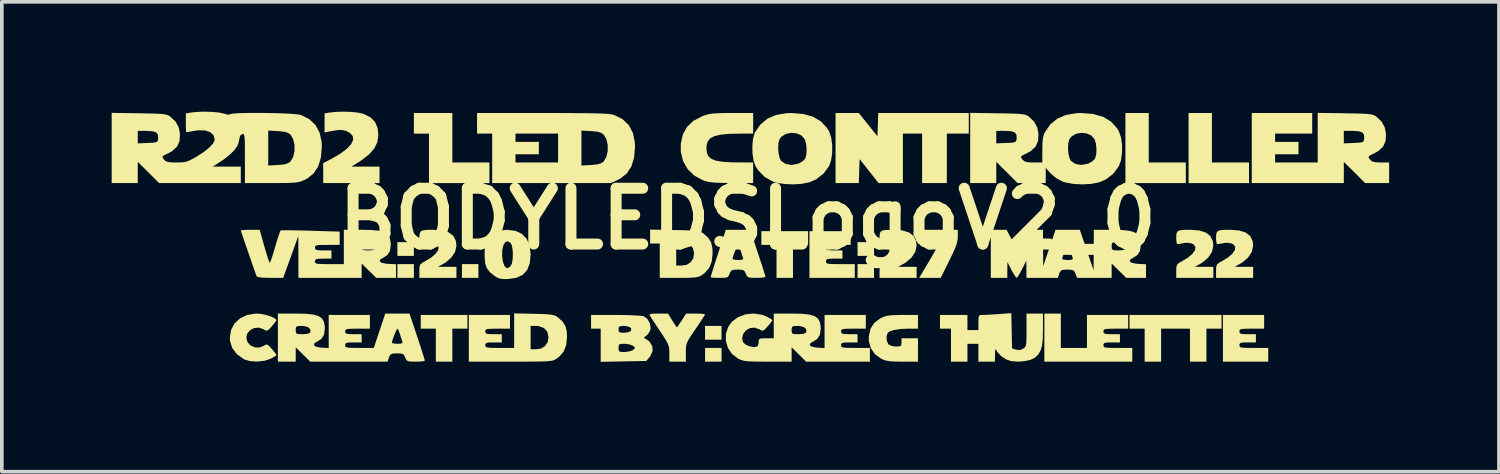
<source format=kicad_pcb>
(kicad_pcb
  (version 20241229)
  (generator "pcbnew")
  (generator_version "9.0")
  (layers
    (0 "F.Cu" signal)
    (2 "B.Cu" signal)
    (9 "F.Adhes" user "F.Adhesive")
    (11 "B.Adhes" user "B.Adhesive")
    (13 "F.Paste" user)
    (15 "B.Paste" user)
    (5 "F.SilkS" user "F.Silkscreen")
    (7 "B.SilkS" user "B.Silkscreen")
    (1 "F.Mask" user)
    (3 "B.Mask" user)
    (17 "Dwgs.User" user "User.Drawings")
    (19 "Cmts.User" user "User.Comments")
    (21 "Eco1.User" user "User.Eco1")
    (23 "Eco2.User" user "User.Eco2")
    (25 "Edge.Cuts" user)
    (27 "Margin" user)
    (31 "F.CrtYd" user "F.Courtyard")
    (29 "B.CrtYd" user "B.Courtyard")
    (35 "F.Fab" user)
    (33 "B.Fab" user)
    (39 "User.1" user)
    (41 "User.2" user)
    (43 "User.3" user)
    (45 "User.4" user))
  (footprint "BODYLEDSLogoV2_0"
    (layer "F.Cu")
    (at 17.371 2.926)
    (property "Reference" "BODYLEDSLogoV2_0" (at 0 0 0) (layer "F.SilkS") (effects (font (size 1.524 1.524) (thickness 0.3))))
    (attr board_only exclude_from_pos_files exclude_from_bom)
    (fp_poly (pts (xy -9.117 1.013) (xy -9.567 1.013) (xy -9.567 0.638) (xy -9.117 0.638)) (stroke (width 0) (type solid)) (fill yes) (layer "F.SilkS"))
    (fp_poly (pts (xy -9.117 1.613) (xy -9.567 1.613) (xy -9.567 1.238) (xy -9.117 1.238)) (stroke (width 0) (type solid)) (fill yes) (layer "F.SilkS"))
    (fp_poly (pts (xy -7.354 1.613) (xy -7.804 1.613) (xy -7.804 1.238) (xy -7.354 1.238)) (stroke (width 0) (type solid)) (fill yes) (layer "F.SilkS"))
    (fp_poly (pts (xy -0.713 3.302) (xy -1.163 3.302) (xy -1.163 2.926) (xy -0.713 2.926)) (stroke (width 0) (type solid)) (fill yes) (layer "F.SilkS"))
    (fp_poly (pts (xy -0.713 3.902) (xy -1.163 3.902) (xy -1.163 3.527) (xy -0.713 3.527)) (stroke (width 0) (type solid)) (fill yes) (layer "F.SilkS"))
    (fp_poly (pts (xy 3.452 1.013) (xy 3.001 1.013) (xy 3.001 0.638) (xy 3.452 0.638)) (stroke (width 0) (type solid)) (fill yes) (layer "F.SilkS"))
    (fp_poly (pts (xy 3.452 1.613) (xy 3.001 1.613) (xy 3.001 1.238) (xy 3.452 1.238)) (stroke (width 0) (type solid)) (fill yes) (layer "F.SilkS"))
    (fp_poly (pts (xy 10.955 -1.538) (xy 11.968 -1.538) (xy 11.968 -0.975) (xy 10.318 -0.975) (xy 10.318 -2.889) (xy 10.955 -2.889)) (stroke (width 0) (type solid)) (fill yes) (layer "F.SilkS"))
    (fp_poly (pts (xy 12.681 -1.538) (xy 13.694 -1.538) (xy 13.694 -0.975) (xy 12.043 -0.975) (xy 12.043 -2.889) (xy 12.681 -2.889)) (stroke (width 0) (type solid)) (fill yes) (layer "F.SilkS"))
    (fp_poly (pts (xy -8.066 -1.538) (xy -7.053 -1.538) (xy -7.053 -0.975) (xy -8.704 -0.975) (xy -8.704 -2.326) (xy -9.117 -2.326) (xy -9.117 -2.889) (xy -8.066 -2.889)) (stroke (width 0) (type solid)) (fill yes) (layer "F.SilkS"))
    (fp_poly (pts (xy -7.654 3.001) (xy -8.066 3.001) (xy -8.066 3.902) (xy -8.517 3.902) (xy -8.517 3.001) (xy -8.929 3.001) (xy -8.929 2.626) (xy -7.654 2.626)) (stroke (width 0) (type solid)) (fill yes) (layer "F.SilkS"))
    (fp_poly (pts (xy 1.651 0.713) (xy 1.238 0.713) (xy 1.238 1.613) (xy 0.788 1.613) (xy 0.788 0.713) (xy 0.375 0.713) (xy 0.375 0.338) (xy 1.651 0.338)) (stroke (width 0) (type solid)) (fill yes) (layer "F.SilkS"))
    (fp_poly (pts (xy 12.944 3.001) (xy 12.531 3.001) (xy 12.531 3.902) (xy 12.081 3.902) (xy 12.081 3.001) (xy 11.293 3.001) (xy 11.293 3.902) (xy 10.843 3.902) (xy 10.843 3.001) (xy 10.43 3.001) (xy 10.43 2.626) (xy 12.944 2.626)) (stroke (width 0) (type solid)) (fill yes) (layer "F.SilkS"))
    (fp_poly (pts (xy 3.291 -2.571) (xy 3.545 -2.254) (xy 3.556 -2.571) (xy 3.567 -2.889) (xy 6.04 -2.889) (xy 6.04 -2.326) (xy 5.44 -2.326) (xy 5.44 -0.975) (xy 4.765 -0.975) (xy 4.765 -2.326) (xy 4.24 -2.326) (xy 4.24 -0.975) (xy 3.576 -0.975) (xy 3.058 -1.63) (xy 3.047 -1.303) (xy 3.036 -0.975) (xy 2.401 -0.975) (xy 2.401 -2.889) (xy 3.037 -2.889)) (stroke (width 0) (type solid)) (fill yes) (layer "F.SilkS"))
    (fp_poly (pts (xy 5.74 0.487) (xy 5.734 0.578) (xy 5.713 0.674) (xy 5.672 0.791) (xy 5.604 0.943) (xy 5.507 1.144) (xy 5.273 1.613) (xy 4.684 1.613) (xy 4.758 1.491) (xy 4.853 1.333) (xy 4.951 1.168) (xy 5.043 1.009) (xy 5.123 0.871) (xy 5.182 0.764) (xy 5.212 0.705) (xy 5.215 0.697) (xy 5.181 0.686) (xy 5.089 0.679) (xy 4.96 0.675) (xy 4.934 0.675) (xy 4.652 0.675) (xy 4.652 0.3) (xy 5.74 0.3)) (stroke (width 0) (type solid)) (fill yes) (layer "F.SilkS"))
    (fp_poly (pts (xy 2.814 0.713) (xy 2.476 0.713) (xy 2.316 0.714) (xy 2.216 0.72) (xy 2.163 0.734) (xy 2.142 0.758) (xy 2.139 0.788) (xy 2.147 0.83) (xy 2.183 0.852) (xy 2.264 0.862) (xy 2.364 0.863) (xy 2.589 0.863) (xy 2.589 1.088) (xy 2.364 1.088) (xy 2.238 1.091) (xy 2.17 1.103) (xy 2.143 1.13) (xy 2.139 1.163) (xy 2.143 1.197) (xy 2.167 1.218) (xy 2.223 1.231) (xy 2.324 1.236) (xy 2.483 1.238) (xy 2.532 1.238) (xy 2.926 1.238) (xy 2.926 1.613) (xy 1.688 1.613) (xy 1.688 0.338) (xy 2.814 0.338)) (stroke (width 0) (type solid)) (fill yes) (layer "F.SilkS"))
    (fp_poly (pts (xy 14.107 3.001) (xy 13.769 3.001) (xy 13.609 3.003) (xy 13.509 3.009) (xy 13.456 3.022) (xy 13.435 3.047) (xy 13.432 3.077) (xy 13.44 3.118) (xy 13.476 3.141) (xy 13.557 3.15) (xy 13.657 3.152) (xy 13.882 3.152) (xy 13.882 3.377) (xy 13.657 3.377) (xy 13.531 3.379) (xy 13.463 3.391) (xy 13.436 3.418) (xy 13.432 3.452) (xy 13.437 3.485) (xy 13.46 3.507) (xy 13.516 3.519) (xy 13.617 3.525) (xy 13.776 3.527) (xy 13.826 3.527) (xy 14.219 3.527) (xy 14.219 3.902) (xy 12.981 3.902) (xy 12.981 2.626) (xy 14.107 2.626)) (stroke (width 0) (type solid)) (fill yes) (layer "F.SilkS"))
    (fp_poly (pts (xy 8.554 3.527) (xy 9.267 3.527) (xy 9.267 2.626) (xy 10.393 2.626) (xy 10.393 3.001) (xy 10.055 3.001) (xy 9.895 3.003) (xy 9.795 3.009) (xy 9.742 3.022) (xy 9.721 3.047) (xy 9.717 3.077) (xy 9.725 3.118) (xy 9.762 3.141) (xy 9.843 3.15) (xy 9.942 3.152) (xy 10.168 3.152) (xy 10.168 3.377) (xy 9.942 3.377) (xy 9.817 3.379) (xy 9.749 3.391) (xy 9.721 3.418) (xy 9.717 3.452) (xy 9.722 3.485) (xy 9.746 3.507) (xy 9.802 3.519) (xy 9.902 3.525) (xy 10.062 3.527) (xy 10.111 3.527) (xy 10.505 3.527) (xy 10.505 3.902) (xy 8.104 3.902) (xy 8.104 2.589) (xy 8.554 2.589)) (stroke (width 0) (type solid)) (fill yes) (layer "F.SilkS"))
    (fp_poly (pts (xy -10.827 -2.919) (xy -10.643 -2.9) (xy -10.508 -2.871) (xy -10.502 -2.869) (xy -10.307 -2.774) (xy -10.177 -2.646) (xy -10.106 -2.475) (xy -10.087 -2.282) (xy -10.113 -2.097) (xy -10.192 -1.929) (xy -10.33 -1.768) (xy -10.534 -1.607) (xy -10.634 -1.542) (xy -10.82 -1.426) (xy -10.055 -1.426) (xy -10.055 -0.975) (xy -11.593 -0.975) (xy -11.593 -1.247) (xy -11.593 -1.519) (xy -11.384 -1.629) (xy -11.136 -1.772) (xy -10.951 -1.91) (xy -10.83 -2.04) (xy -10.774 -2.158) (xy -10.787 -2.262) (xy -10.868 -2.348) (xy -10.944 -2.388) (xy -11.023 -2.415) (xy -11.104 -2.427) (xy -11.207 -2.421) (xy -11.351 -2.398) (xy -11.453 -2.378) (xy -11.556 -2.358) (xy -11.556 -2.879) (xy -11.415 -2.902) (xy -11.238 -2.921) (xy -11.034 -2.926)) (stroke (width 0) (type solid)) (fill yes) (layer "F.SilkS"))
    (fp_poly (pts (xy -8.341 0.318) (xy -8.158 0.375) (xy -8.034 0.471) (xy -7.968 0.609) (xy -7.954 0.739) (xy -7.99 0.902) (xy -8.091 1.057) (xy -8.247 1.192) (xy -8.325 1.238) (xy -8.46 1.31) (xy -8.207 1.311) (xy -7.954 1.313) (xy -7.954 1.613) (xy -8.967 1.613) (xy -8.967 1.426) (xy -8.963 1.313) (xy -8.941 1.247) (xy -8.885 1.2) (xy -8.822 1.166) (xy -8.646 1.06) (xy -8.522 0.954) (xy -8.453 0.853) (xy -8.444 0.764) (xy -8.498 0.695) (xy -8.544 0.672) (xy -8.695 0.653) (xy -8.786 0.669) (xy -8.881 0.686) (xy -8.94 0.687) (xy -8.946 0.683) (xy -8.959 0.636) (xy -8.966 0.543) (xy -8.967 0.504) (xy -8.962 0.412) (xy -8.938 0.352) (xy -8.881 0.319) (xy -8.778 0.304) (xy -8.615 0.3) (xy -8.587 0.3)) (stroke (width 0) (type solid)) (fill yes) (layer "F.SilkS"))
    (fp_poly (pts (xy 4.228 0.318) (xy 4.411 0.375) (xy 4.534 0.471) (xy 4.601 0.609) (xy 4.615 0.739) (xy 4.579 0.902) (xy 4.478 1.057) (xy 4.322 1.192) (xy 4.243 1.238) (xy 4.108 1.31) (xy 4.362 1.311) (xy 4.615 1.313) (xy 4.615 1.613) (xy 3.602 1.613) (xy 3.602 1.426) (xy 3.606 1.313) (xy 3.628 1.247) (xy 3.683 1.2) (xy 3.747 1.166) (xy 3.923 1.06) (xy 4.047 0.954) (xy 4.116 0.853) (xy 4.125 0.764) (xy 4.07 0.695) (xy 4.025 0.672) (xy 3.874 0.653) (xy 3.783 0.669) (xy 3.688 0.686) (xy 3.628 0.687) (xy 3.622 0.683) (xy 3.61 0.636) (xy 3.602 0.543) (xy 3.602 0.504) (xy 3.607 0.412) (xy 3.631 0.352) (xy 3.688 0.319) (xy 3.791 0.304) (xy 3.954 0.3) (xy 3.981 0.3)) (stroke (width 0) (type solid)) (fill yes) (layer "F.SilkS"))
    (fp_poly (pts (xy 12.332 0.318) (xy 12.515 0.375) (xy 12.638 0.471) (xy 12.705 0.609) (xy 12.719 0.739) (xy 12.683 0.902) (xy 12.582 1.057) (xy 12.426 1.192) (xy 12.347 1.238) (xy 12.212 1.31) (xy 12.466 1.311) (xy 12.719 1.313) (xy 12.719 1.613) (xy 11.706 1.613) (xy 11.706 1.426) (xy 11.71 1.313) (xy 11.732 1.247) (xy 11.787 1.2) (xy 11.851 1.166) (xy 12.027 1.06) (xy 12.151 0.954) (xy 12.22 0.853) (xy 12.229 0.764) (xy 12.174 0.695) (xy 12.129 0.672) (xy 11.978 0.653) (xy 11.886 0.669) (xy 11.792 0.686) (xy 11.732 0.687) (xy 11.726 0.683) (xy 11.714 0.636) (xy 11.706 0.543) (xy 11.706 0.504) (xy 11.711 0.412) (xy 11.735 0.352) (xy 11.792 0.319) (xy 11.895 0.304) (xy 12.058 0.3) (xy 12.085 0.3)) (stroke (width 0) (type solid)) (fill yes) (layer "F.SilkS"))
    (fp_poly (pts (xy 13.42 0.318) (xy 13.603 0.375) (xy 13.726 0.471) (xy 13.793 0.609) (xy 13.807 0.739) (xy 13.771 0.902) (xy 13.67 1.057) (xy 13.514 1.192) (xy 13.435 1.238) (xy 13.3 1.31) (xy 13.554 1.311) (xy 13.807 1.313) (xy 13.807 1.613) (xy 12.794 1.613) (xy 12.794 1.426) (xy 12.798 1.313) (xy 12.82 1.247) (xy 12.875 1.2) (xy 12.939 1.166) (xy 13.115 1.06) (xy 13.239 0.954) (xy 13.308 0.853) (xy 13.317 0.764) (xy 13.262 0.695) (xy 13.217 0.672) (xy 13.066 0.653) (xy 12.975 0.669) (xy 12.88 0.686) (xy 12.82 0.687) (xy 12.814 0.683) (xy 12.802 0.636) (xy 12.794 0.543) (xy 12.794 0.504) (xy 12.799 0.412) (xy 12.823 0.352) (xy 12.88 0.319) (xy 12.983 0.304) (xy 13.146 0.3) (xy 13.173 0.3)) (stroke (width 0) (type solid)) (fill yes) (layer "F.SilkS"))
    (fp_poly (pts (xy 4.652 3.001) (xy 4.38 3.001) (xy 4.158 3.011) (xy 3.983 3.04) (xy 3.864 3.084) (xy 3.821 3.123) (xy 3.792 3.223) (xy 3.802 3.339) (xy 3.847 3.429) (xy 3.848 3.43) (xy 3.927 3.471) (xy 4.041 3.489) (xy 4.055 3.489) (xy 4.15 3.485) (xy 4.192 3.46) (xy 4.202 3.398) (xy 4.202 3.377) (xy 4.202 3.264) (xy 4.652 3.264) (xy 4.652 3.902) (xy 4.23 3.902) (xy 4.032 3.9) (xy 3.889 3.891) (xy 3.784 3.874) (xy 3.697 3.845) (xy 3.648 3.822) (xy 3.476 3.699) (xy 3.361 3.53) (xy 3.309 3.329) (xy 3.309 3.212) (xy 3.355 3.003) (xy 3.458 2.842) (xy 3.621 2.72) (xy 3.651 2.705) (xy 3.739 2.668) (xy 3.835 2.645) (xy 3.959 2.632) (xy 4.129 2.627) (xy 4.233 2.626) (xy 4.652 2.626)) (stroke (width 0) (type solid)) (fill yes) (layer "F.SilkS"))
    (fp_poly (pts (xy -1.991 0.307) (xy -1.748 0.312) (xy -1.567 0.318) (xy -1.438 0.326) (xy -1.348 0.339) (xy -1.286 0.356) (xy -1.239 0.38) (xy -1.215 0.396) (xy -1.079 0.516) (xy -0.999 0.642) (xy -0.963 0.798) (xy -0.957 0.931) (xy -0.979 1.16) (xy -1.049 1.339) (xy -1.172 1.481) (xy -1.236 1.529) (xy -1.293 1.563) (xy -1.353 1.586) (xy -1.431 1.601) (xy -1.543 1.609) (xy -1.703 1.613) (xy -1.881 1.613) (xy -2.401 1.613) (xy -2.401 1.276) (xy -1.951 1.276) (xy -1.799 1.276) (xy -1.663 1.256) (xy -1.559 1.187) (xy -1.555 1.184) (xy -1.484 1.077) (xy -1.463 0.942) (xy -1.495 0.798) (xy -1.584 0.696) (xy -1.726 0.644) (xy -1.806 0.638) (xy -1.951 0.638) (xy -1.951 1.276) (xy -2.401 1.276) (xy -2.401 0.675) (xy -2.664 0.675) (xy -2.664 0.295)) (stroke (width 0) (type solid)) (fill yes) (layer "F.SilkS"))
    (fp_poly (pts (xy 0.15 -2.326) (xy -0.22 -2.326) (xy -0.514 -2.32) (xy -0.74 -2.298) (xy -0.907 -2.259) (xy -1.022 -2.198) (xy -1.091 -2.113) (xy -1.122 -2) (xy -1.126 -1.932) (xy -1.114 -1.805) (xy -1.072 -1.708) (xy -0.993 -1.637) (xy -0.869 -1.588) (xy -0.692 -1.558) (xy -0.454 -1.543) (xy -0.253 -1.54) (xy 0.15 -1.538) (xy 0.15 -0.975) (xy -0.441 -0.977) (xy -0.678 -0.98) (xy -0.855 -0.985) (xy -0.988 -0.996) (xy -1.092 -1.013) (xy -1.183 -1.038) (xy -1.233 -1.057) (xy -1.461 -1.182) (xy -1.64 -1.359) (xy -1.764 -1.576) (xy -1.826 -1.825) (xy -1.827 -2.047) (xy -1.771 -2.302) (xy -1.656 -2.51) (xy -1.481 -2.676) (xy -1.244 -2.801) (xy -1.219 -2.811) (xy -1.125 -2.842) (xy -1.029 -2.864) (xy -0.913 -2.878) (xy -0.762 -2.885) (xy -0.56 -2.889) (xy -0.43 -2.889) (xy 0.15 -2.889)) (stroke (width 0) (type solid)) (fill yes) (layer "F.SilkS"))
    (fp_poly (pts (xy -2.06 2.776) (xy -1.997 2.877) (xy -1.95 2.945) (xy -1.933 2.964) (xy -1.908 2.935) (xy -1.856 2.86) (xy -1.801 2.776) (xy -1.681 2.589) (xy -1.422 2.589) (xy -1.293 2.592) (xy -1.201 2.599) (xy -1.163 2.61) (xy -1.163 2.611) (xy -1.183 2.648) (xy -1.238 2.735) (xy -1.319 2.858) (xy -1.419 3.005) (xy -1.426 3.015) (xy -1.535 3.176) (xy -1.609 3.291) (xy -1.654 3.379) (xy -1.678 3.456) (xy -1.687 3.538) (xy -1.688 3.644) (xy -1.688 3.65) (xy -1.688 3.902) (xy -2.139 3.902) (xy -2.139 3.676) (xy -2.141 3.577) (xy -2.152 3.497) (xy -2.179 3.418) (xy -2.228 3.323) (xy -2.308 3.196) (xy -2.394 3.066) (xy -2.496 2.914) (xy -2.583 2.782) (xy -2.646 2.685) (xy -2.678 2.636) (xy -2.678 2.636) (xy -2.675 2.61) (xy -2.621 2.595) (xy -2.508 2.589) (xy -2.441 2.589) (xy -2.175 2.589)) (stroke (width 0) (type solid)) (fill yes) (layer "F.SilkS"))
    (fp_poly (pts (xy -6.344 0.329) (xy -6.162 0.414) (xy -6.031 0.555) (xy -5.952 0.747) (xy -5.928 0.973) (xy -5.951 1.215) (xy -6.022 1.4) (xy -6.144 1.532) (xy -6.32 1.612) (xy -6.527 1.644) (xy -6.673 1.647) (xy -6.773 1.634) (xy -6.855 1.598) (xy -6.9 1.57) (xy -7.036 1.463) (xy -7.122 1.353) (xy -7.168 1.219) (xy -7.184 1.04) (xy -7.184 1.014) (xy -6.706 1.014) (xy -6.706 1.019) (xy -6.683 1.18) (xy -6.64 1.293) (xy -6.582 1.348) (xy -6.564 1.351) (xy -6.516 1.327) (xy -6.475 1.292) (xy -6.438 1.214) (xy -6.417 1.09) (xy -6.413 0.945) (xy -6.425 0.805) (xy -6.452 0.697) (xy -6.476 0.658) (xy -6.553 0.614) (xy -6.619 0.637) (xy -6.671 0.717) (xy -6.702 0.846) (xy -6.706 1.014) (xy -7.184 1.014) (xy -7.185 0.975) (xy -7.181 0.812) (xy -7.166 0.701) (xy -7.136 0.621) (xy -7.106 0.575) (xy -6.952 0.416) (xy -6.772 0.326) (xy -6.575 0.3)) (stroke (width 0) (type solid)) (fill yes) (layer "F.SilkS"))
    (fp_poly (pts (xy -13.281 2.6) (xy -13.145 2.629) (xy -13.018 2.67) (xy -12.921 2.716) (xy -12.872 2.76) (xy -12.87 2.77) (xy -12.894 2.81) (xy -12.953 2.886) (xy -12.999 2.939) (xy -13.075 3.022) (xy -13.125 3.056) (xy -13.17 3.05) (xy -13.223 3.018) (xy -13.35 2.972) (xy -13.48 2.984) (xy -13.594 3.043) (xy -13.671 3.141) (xy -13.694 3.245) (xy -13.662 3.368) (xy -13.576 3.461) (xy -13.459 3.513) (xy -13.328 3.515) (xy -13.223 3.472) (xy -13.163 3.438) (xy -13.119 3.437) (xy -13.067 3.477) (xy -12.999 3.552) (xy -12.926 3.639) (xy -12.879 3.702) (xy -12.87 3.72) (xy -12.9 3.75) (xy -12.978 3.796) (xy -13.031 3.824) (xy -13.197 3.878) (xy -13.39 3.9) (xy -13.579 3.89) (xy -13.735 3.847) (xy -13.751 3.84) (xy -13.946 3.702) (xy -14.077 3.532) (xy -14.139 3.334) (xy -14.144 3.249) (xy -14.11 3.037) (xy -14.014 2.857) (xy -13.864 2.718) (xy -13.668 2.626) (xy -13.435 2.589) (xy -13.407 2.589)) (stroke (width 0) (type solid)) (fill yes) (layer "F.SilkS"))
    (fp_poly (pts (xy 7.212 3.059) (xy 7.222 3.539) (xy 7.327 3.574) (xy 7.435 3.587) (xy 7.524 3.548) (xy 7.563 3.519) (xy 7.589 3.484) (xy 7.605 3.428) (xy 7.613 3.337) (xy 7.616 3.197) (xy 7.616 3.038) (xy 7.616 2.589) (xy 8.066 2.589) (xy 8.066 3.03) (xy 8.061 3.274) (xy 8.041 3.458) (xy 8.003 3.595) (xy 7.943 3.7) (xy 7.857 3.785) (xy 7.834 3.802) (xy 7.72 3.854) (xy 7.559 3.889) (xy 7.379 3.902) (xy 7.207 3.889) (xy 7.188 3.886) (xy 7.055 3.837) (xy 6.924 3.749) (xy 6.823 3.644) (xy 6.79 3.586) (xy 6.771 3.559) (xy 6.76 3.596) (xy 6.756 3.702) (xy 6.756 3.705) (xy 6.753 3.902) (xy 6.303 3.902) (xy 6.303 3.414) (xy 6.003 3.414) (xy 6.003 3.902) (xy 5.553 3.902) (xy 5.553 3.001) (xy 5.253 3.001) (xy 5.253 2.626) (xy 6.003 2.626) (xy 6.003 3.039) (xy 6.303 3.039) (xy 6.303 2.833) (xy 6.305 2.715) (xy 6.318 2.653) (xy 6.35 2.63) (xy 6.41 2.626) (xy 6.495 2.624) (xy 6.631 2.617) (xy 6.794 2.607) (xy 6.859 2.602) (xy 7.201 2.578)) (stroke (width 0) (type solid)) (fill yes) (layer "F.SilkS"))
    (fp_poly (pts (xy 1.518 -2.863) (xy 1.787 -2.787) (xy 2.004 -2.658) (xy 2.171 -2.476) (xy 2.224 -2.388) (xy 2.281 -2.224) (xy 2.309 -2.018) (xy 2.309 -1.799) (xy 2.279 -1.595) (xy 2.225 -1.441) (xy 2.074 -1.235) (xy 1.874 -1.079) (xy 1.682 -0.996) (xy 1.477 -0.955) (xy 1.242 -0.94) (xy 1.005 -0.95) (xy 0.795 -0.983) (xy 0.698 -1.013) (xy 0.47 -1.139) (xy 0.292 -1.319) (xy 0.213 -1.444) (xy 0.161 -1.591) (xy 0.133 -1.781) (xy 0.13 -1.921) (xy 0.833 -1.921) (xy 0.847 -1.77) (xy 0.88 -1.642) (xy 0.916 -1.579) (xy 1.038 -1.497) (xy 1.196 -1.471) (xy 1.37 -1.503) (xy 1.405 -1.516) (xy 1.502 -1.572) (xy 1.569 -1.639) (xy 1.573 -1.645) (xy 1.604 -1.758) (xy 1.611 -1.907) (xy 1.595 -2.058) (xy 1.557 -2.176) (xy 1.467 -2.277) (xy 1.337 -2.334) (xy 1.189 -2.348) (xy 1.045 -2.318) (xy 0.925 -2.245) (xy 0.871 -2.175) (xy 0.84 -2.065) (xy 0.833 -1.921) (xy 0.13 -1.921) (xy 0.128 -1.986) (xy 0.146 -2.181) (xy 0.189 -2.337) (xy 0.201 -2.364) (xy 0.352 -2.579) (xy 0.544 -2.737) (xy 0.783 -2.838) (xy 1.071 -2.885) (xy 1.195 -2.889)) (stroke (width 0) (type solid)) (fill yes) (layer "F.SilkS"))
    (fp_poly (pts (xy -5.164 -2.889) (xy -4.803 -2.887) (xy -4.503 -2.885) (xy -4.26 -2.882) (xy -4.067 -2.877) (xy -3.917 -2.871) (xy -3.804 -2.863) (xy -3.722 -2.853) (xy -3.664 -2.841) (xy -3.645 -2.835) (xy -3.417 -2.721) (xy -3.248 -2.559) (xy -3.136 -2.351) (xy -3.082 -2.094) (xy -3.077 -1.967) (xy -3.101 -1.67) (xy -3.176 -1.427) (xy -3.303 -1.236) (xy -3.482 -1.096) (xy -3.542 -1.065) (xy -3.733 -0.976) (xy -5.356 -0.976) (xy -6.978 -0.975) (xy -6.978 -1.538) (xy -6.341 -1.538) (xy -5.178 -1.538) (xy -5.178 -2.326) (xy -6.341 -2.326) (xy -6.341 -2.101) (xy -5.703 -2.101) (xy -5.703 -1.763) (xy -6.341 -1.763) (xy -6.341 -1.538) (xy -6.978 -1.538) (xy -6.978 -2.326) (xy -7.391 -2.326) (xy -7.391 -2.41) (xy -4.54 -2.41) (xy -4.54 -1.455) (xy -4.277 -1.47) (xy -4.12 -1.484) (xy -4.017 -1.51) (xy -3.947 -1.552) (xy -3.935 -1.564) (xy -3.861 -1.684) (xy -3.823 -1.844) (xy -3.823 -2.017) (xy -3.859 -2.178) (xy -3.933 -2.299) (xy -3.934 -2.3) (xy -3.999 -2.347) (xy -4.091 -2.376) (xy -4.233 -2.392) (xy -4.277 -2.395) (xy -4.54 -2.41) (xy -7.391 -2.41) (xy -7.391 -2.889) (xy -5.595 -2.889)) (stroke (width 0) (type solid)) (fill yes) (layer "F.SilkS"))
    (fp_poly (pts (xy 0.278 0.929) (xy 0.346 1.134) (xy 0.405 1.314) (xy 0.45 1.457) (xy 0.479 1.552) (xy 0.488 1.585) (xy 0.453 1.599) (xy 0.364 1.61) (xy 0.241 1.613) (xy 0.108 1.611) (xy 0.03 1.601) (xy -0.013 1.574) (xy -0.041 1.523) (xy -0.049 1.501) (xy -0.082 1.433) (xy -0.128 1.399) (xy -0.214 1.389) (xy -0.273 1.388) (xy -0.384 1.392) (xy -0.445 1.413) (xy -0.479 1.463) (xy -0.493 1.501) (xy -0.519 1.562) (xy -0.554 1.595) (xy -0.619 1.61) (xy -0.735 1.613) (xy -0.773 1.613) (xy -0.896 1.611) (xy -0.983 1.605) (xy -1.013 1.596) (xy -1.002 1.557) (xy -0.971 1.458) (xy -0.925 1.311) (xy -0.866 1.127) (xy -0.856 1.097) (xy -0.413 1.097) (xy -0.379 1.115) (xy -0.296 1.125) (xy -0.259 1.126) (xy -0.159 1.119) (xy -0.122 1.097) (xy -0.125 1.073) (xy -0.148 1.006) (xy -0.18 0.901) (xy -0.191 0.867) (xy -0.224 0.773) (xy -0.253 0.718) (xy -0.261 0.713) (xy -0.284 0.744) (xy -0.321 0.823) (xy -0.361 0.922) (xy -0.395 1.019) (xy -0.412 1.088) (xy -0.413 1.097) (xy -0.856 1.097) (xy -0.805 0.94) (xy -0.597 0.3) (xy 0.069 0.3)) (stroke (width 0) (type solid)) (fill yes) (layer "F.SilkS"))
    (fp_poly (pts (xy 16.318 -2.882) (xy 16.575 -2.877) (xy 16.769 -2.872) (xy 16.91 -2.865) (xy 17.009 -2.854) (xy 17.078 -2.84) (xy 17.127 -2.82) (xy 17.168 -2.794) (xy 17.169 -2.793) (xy 17.318 -2.652) (xy 17.404 -2.491) (xy 17.436 -2.318) (xy 17.424 -2.122) (xy 17.354 -1.968) (xy 17.219 -1.846) (xy 17.113 -1.788) (xy 17.009 -1.737) (xy 16.962 -1.703) (xy 16.962 -1.669) (xy 16.997 -1.621) (xy 17.049 -1.573) (xy 17.121 -1.548) (xy 17.236 -1.539) (xy 17.293 -1.538) (xy 17.521 -1.538) (xy 17.521 -0.975) (xy 16.866 -0.975) (xy 16.575 -1.265) (xy 16.283 -1.555) (xy 16.283 -0.975) (xy 13.769 -0.975) (xy 13.769 -2.889) (xy 15.42 -2.889) (xy 15.42 -2.326) (xy 14.407 -2.326) (xy 14.407 -2.101) (xy 15.045 -2.101) (xy 15.045 -1.763) (xy 14.407 -1.763) (xy 14.407 -1.538) (xy 15.57 -1.538) (xy 15.57 -2.06) (xy 16.283 -2.06) (xy 16.555 -2.071) (xy 16.695 -2.078) (xy 16.777 -2.09) (xy 16.818 -2.112) (xy 16.834 -2.153) (xy 16.839 -2.188) (xy 16.836 -2.291) (xy 16.791 -2.356) (xy 16.695 -2.39) (xy 16.536 -2.401) (xy 16.522 -2.401) (xy 16.283 -2.401) (xy 16.283 -2.06) (xy 15.57 -2.06) (xy 15.57 -2.893)) (stroke (width 0) (type solid)) (fill yes) (layer "F.SilkS"))
    (fp_poly (pts (xy -3.38 2.628) (xy -3.176 2.634) (xy -3.007 2.643) (xy -2.886 2.653) (xy -2.833 2.664) (xy -2.739 2.735) (xy -2.673 2.849) (xy -2.649 2.976) (xy -2.662 3.052) (xy -2.72 3.145) (xy -2.782 3.204) (xy -2.829 3.246) (xy -2.821 3.264) (xy -2.821 3.264) (xy -2.764 3.289) (xy -2.688 3.349) (xy -2.681 3.356) (xy -2.604 3.48) (xy -2.597 3.617) (xy -2.66 3.753) (xy -2.679 3.778) (xy -2.77 3.883) (xy -3.392 3.895) (xy -4.014 3.907) (xy -4.014 3.527) (xy -3.527 3.527) (xy -3.521 3.597) (xy -3.492 3.63) (xy -3.417 3.639) (xy -3.365 3.639) (xy -3.246 3.626) (xy -3.149 3.595) (xy -3.131 3.583) (xy -3.08 3.538) (xy -3.089 3.504) (xy -3.131 3.47) (xy -3.214 3.435) (xy -3.33 3.415) (xy -3.365 3.414) (xy -3.466 3.418) (xy -3.513 3.438) (xy -3.526 3.491) (xy -3.527 3.527) (xy -4.014 3.527) (xy -4.014 3.02) (xy -3.527 3.02) (xy -3.518 3.081) (xy -3.478 3.108) (xy -3.386 3.114) (xy -3.381 3.114) (xy -3.277 3.102) (xy -3.203 3.072) (xy -3.195 3.064) (xy -3.176 3.003) (xy -3.222 2.956) (xy -3.323 2.93) (xy -3.384 2.926) (xy -3.478 2.932) (xy -3.518 2.959) (xy -3.527 3.02) (xy -4.014 3.02) (xy -4.014 3.001) (xy -4.277 3.001) (xy -4.277 2.626) (xy -3.604 2.626)) (stroke (width 0) (type solid)) (fill yes) (layer "F.SilkS"))
    (fp_poly (pts (xy -5.837 2.595) (xy -5.619 2.601) (xy -5.463 2.609) (xy -5.354 2.621) (xy -5.279 2.638) (xy -5.224 2.663) (xy -5.192 2.685) (xy -5.056 2.805) (xy -4.976 2.931) (xy -4.94 3.087) (xy -4.934 3.22) (xy -4.956 3.449) (xy -5.026 3.628) (xy -5.149 3.77) (xy -5.213 3.817) (xy -5.251 3.841) (xy -5.29 3.86) (xy -5.34 3.875) (xy -5.409 3.885) (xy -5.506 3.893) (xy -5.64 3.898) (xy -5.82 3.9) (xy -6.053 3.902) (xy -6.35 3.902) (xy -6.477 3.902) (xy -7.616 3.902) (xy -7.616 3.564) (xy -5.928 3.564) (xy -5.776 3.564) (xy -5.64 3.544) (xy -5.536 3.476) (xy -5.532 3.472) (xy -5.461 3.366) (xy -5.44 3.231) (xy -5.472 3.086) (xy -5.561 2.985) (xy -5.703 2.932) (xy -5.783 2.926) (xy -5.928 2.926) (xy -5.928 3.564) (xy -7.616 3.564) (xy -7.616 2.626) (xy -6.491 2.626) (xy -6.491 3.001) (xy -6.828 3.001) (xy -6.989 3.003) (xy -7.088 3.009) (xy -7.142 3.022) (xy -7.163 3.047) (xy -7.166 3.077) (xy -7.158 3.118) (xy -7.122 3.141) (xy -7.041 3.15) (xy -6.941 3.152) (xy -6.716 3.152) (xy -6.716 3.377) (xy -6.941 3.377) (xy -7.067 3.379) (xy -7.135 3.391) (xy -7.162 3.418) (xy -7.166 3.452) (xy -7.161 3.485) (xy -7.137 3.507) (xy -7.082 3.519) (xy -6.981 3.525) (xy -6.821 3.527) (xy -6.772 3.527) (xy -6.378 3.527) (xy -6.378 2.583)) (stroke (width 0) (type solid)) (fill yes) (layer "F.SilkS"))
    (fp_poly (pts (xy 6.826 -2.882) (xy 7.083 -2.877) (xy 7.277 -2.872) (xy 7.418 -2.865) (xy 7.517 -2.854) (xy 7.586 -2.84) (xy 7.635 -2.82) (xy 7.676 -2.794) (xy 7.677 -2.793) (xy 7.826 -2.652) (xy 7.912 -2.491) (xy 7.943 -2.318) (xy 7.932 -2.122) (xy 7.862 -1.968) (xy 7.727 -1.846) (xy 7.62 -1.788) (xy 7.517 -1.737) (xy 7.47 -1.703) (xy 7.47 -1.669) (xy 7.505 -1.621) (xy 7.556 -1.574) (xy 7.625 -1.549) (xy 7.735 -1.539) (xy 7.81 -1.538) (xy 8.048 -1.538) (xy 8.048 -1.885) (xy 8.049 -1.921) (xy 8.749 -1.921) (xy 8.763 -1.77) (xy 8.796 -1.642) (xy 8.832 -1.579) (xy 8.955 -1.497) (xy 9.112 -1.471) (xy 9.287 -1.503) (xy 9.322 -1.516) (xy 9.418 -1.572) (xy 9.485 -1.639) (xy 9.489 -1.645) (xy 9.521 -1.758) (xy 9.528 -1.907) (xy 9.511 -2.058) (xy 9.473 -2.176) (xy 9.383 -2.277) (xy 9.253 -2.334) (xy 9.105 -2.348) (xy 8.961 -2.318) (xy 8.842 -2.245) (xy 8.788 -2.175) (xy 8.757 -2.065) (xy 8.749 -1.921) (xy 8.049 -1.921) (xy 8.052 -2.077) (xy 8.067 -2.215) (xy 8.096 -2.317) (xy 8.118 -2.364) (xy 8.268 -2.58) (xy 8.461 -2.737) (xy 8.699 -2.838) (xy 8.987 -2.885) (xy 9.112 -2.889) (xy 9.435 -2.863) (xy 9.704 -2.787) (xy 9.921 -2.658) (xy 10.087 -2.476) (xy 10.14 -2.388) (xy 10.197 -2.224) (xy 10.226 -2.018) (xy 10.225 -1.799) (xy 10.196 -1.595) (xy 10.141 -1.441) (xy 9.991 -1.235) (xy 9.791 -1.079) (xy 9.598 -0.996) (xy 9.386 -0.954) (xy 9.143 -0.94) (xy 8.899 -0.952) (xy 8.684 -0.991) (xy 8.604 -1.016) (xy 8.427 -1.111) (xy 8.277 -1.238) (xy 8.276 -1.24) (xy 8.142 -1.388) (xy 8.142 -0.975) (xy 7.374 -0.975) (xy 6.791 -1.555) (xy 6.791 -0.975) (xy 6.078 -0.975) (xy 6.078 -2.06) (xy 6.791 -2.06) (xy 7.063 -2.071) (xy 7.203 -2.078) (xy 7.285 -2.09) (xy 7.326 -2.112) (xy 7.342 -2.153) (xy 7.347 -2.188) (xy 7.344 -2.291) (xy 7.299 -2.356) (xy 7.202 -2.39) (xy 7.043 -2.401) (xy 7.03 -2.401) (xy 6.791 -2.401) (xy 6.791 -2.06) (xy 6.078 -2.06) (xy 6.078 -2.893)) (stroke (width 0) (type solid)) (fill yes) (layer "F.SilkS"))
    (fp_poly (pts (xy 8.069 0.797) (xy 8.072 1.294) (xy 8.139 1.097) (xy 8.592 1.097) (xy 8.625 1.115) (xy 8.709 1.125) (xy 8.746 1.126) (xy 8.845 1.119) (xy 8.882 1.097) (xy 8.88 1.073) (xy 8.857 1.006) (xy 8.824 0.901) (xy 8.814 0.867) (xy 8.78 0.773) (xy 8.751 0.718) (xy 8.743 0.713) (xy 8.72 0.744) (xy 8.684 0.823) (xy 8.644 0.922) (xy 8.61 1.019) (xy 8.592 1.088) (xy 8.592 1.097) (xy 8.139 1.097) (xy 8.241 0.797) (xy 8.41 0.3) (xy 9.073 0.3) (xy 9.261 0.854) (xy 9.449 1.407) (xy 9.452 0.854) (xy 9.452 0.75) (xy 9.942 0.75) (xy 9.946 0.817) (xy 9.971 0.85) (xy 10.037 0.862) (xy 10.131 0.863) (xy 10.261 0.854) (xy 10.329 0.826) (xy 10.342 0.806) (xy 10.341 0.726) (xy 10.275 0.669) (xy 10.156 0.64) (xy 10.107 0.638) (xy 10.005 0.641) (xy 9.957 0.661) (xy 9.943 0.712) (xy 9.942 0.75) (xy 9.452 0.75) (xy 9.455 0.3) (xy 9.944 0.3) (xy 10.211 0.306) (xy 10.413 0.326) (xy 10.557 0.365) (xy 10.653 0.427) (xy 10.709 0.517) (xy 10.734 0.639) (xy 10.737 0.709) (xy 10.717 0.874) (xy 10.648 0.988) (xy 10.542 1.057) (xy 10.453 1.111) (xy 10.436 1.161) (xy 10.487 1.2) (xy 10.603 1.226) (xy 10.665 1.231) (xy 10.88 1.242) (xy 10.88 1.613) (xy 10.339 1.613) (xy 10.141 1.418) (xy 9.942 1.222) (xy 9.942 1.613) (xy 8.998 1.613) (xy 8.955 1.501) (xy 8.923 1.433) (xy 8.876 1.399) (xy 8.791 1.389) (xy 8.732 1.388) (xy 8.62 1.392) (xy 8.56 1.413) (xy 8.525 1.463) (xy 8.511 1.501) (xy 8.472 1.613) (xy 7.616 1.613) (xy 7.614 1.379) (xy 7.612 1.144) (xy 7.493 1.379) (xy 7.431 1.495) (xy 7.379 1.579) (xy 7.347 1.613) (xy 7.346 1.613) (xy 7.316 1.583) (xy 7.264 1.502) (xy 7.206 1.398) (xy 7.095 1.182) (xy 7.093 1.398) (xy 7.091 1.613) (xy 6.641 1.613) (xy 6.641 0.3) (xy 6.856 0.3) (xy 7.072 0.301) (xy 7.203 0.546) (xy 7.269 0.668) (xy 7.319 0.734) (xy 7.363 0.742) (xy 7.412 0.689) (xy 7.477 0.573) (xy 7.526 0.478) (xy 7.618 0.3) (xy 8.066 0.3)) (stroke (width 0) (type solid)) (fill yes) (layer "F.SilkS"))
    (fp_poly (pts (xy 0.39 2.62) (xy 0.513 2.667) (xy 0.608 2.718) (xy 0.665 2.758) (xy 0.674 2.77) (xy 0.65 2.81) (xy 0.591 2.886) (xy 0.545 2.939) (xy 0.469 3.022) (xy 0.419 3.056) (xy 0.374 3.05) (xy 0.322 3.019) (xy 0.192 2.972) (xy 0.06 2.986) (xy -0.053 3.052) (xy -0.129 3.159) (xy -0.15 3.268) (xy -0.128 3.368) (xy -0.053 3.439) (xy 0.074 3.489) (xy 0.199 3.508) (xy 0.272 3.477) (xy 0.3 3.391) (xy 0.3 3.373) (xy 0.304 3.311) (xy 0.328 3.278) (xy 0.39 3.266) (xy 0.506 3.264) (xy 0.713 3.264) (xy 0.713 3.039) (xy 1.201 3.039) (xy 1.205 3.105) (xy 1.23 3.139) (xy 1.295 3.15) (xy 1.389 3.152) (xy 1.519 3.143) (xy 1.587 3.114) (xy 1.6 3.095) (xy 1.599 3.015) (xy 1.534 2.957) (xy 1.414 2.928) (xy 1.365 2.926) (xy 1.263 2.93) (xy 1.215 2.95) (xy 1.201 3) (xy 1.201 3.039) (xy 0.713 3.039) (xy 0.713 2.589) (xy 1.202 2.589) (xy 1.47 2.594) (xy 1.671 2.615) (xy 1.816 2.653) (xy 1.911 2.716) (xy 1.967 2.806) (xy 1.992 2.928) (xy 1.995 2.998) (xy 1.975 3.162) (xy 1.906 3.277) (xy 1.8 3.345) (xy 1.712 3.4) (xy 1.695 3.451) (xy 1.747 3.491) (xy 1.864 3.516) (xy 1.904 3.519) (xy 2.101 3.531) (xy 2.101 2.626) (xy 3.227 2.626) (xy 3.227 3.001) (xy 2.889 3.001) (xy 2.728 3.003) (xy 2.629 3.009) (xy 2.576 3.022) (xy 2.555 3.047) (xy 2.551 3.077) (xy 2.559 3.118) (xy 2.596 3.141) (xy 2.677 3.15) (xy 2.776 3.152) (xy 3.001 3.152) (xy 3.001 3.377) (xy 2.776 3.377) (xy 2.651 3.379) (xy 2.583 3.391) (xy 2.555 3.418) (xy 2.551 3.452) (xy 2.556 3.485) (xy 2.58 3.507) (xy 2.636 3.519) (xy 2.736 3.525) (xy 2.896 3.527) (xy 2.945 3.527) (xy 3.339 3.527) (xy 3.339 3.902) (xy 1.597 3.902) (xy 1.399 3.706) (xy 1.201 3.511) (xy 1.201 3.902) (xy 0.55 3.902) (xy 0.311 3.901) (xy 0.134 3.898) (xy 0.006 3.892) (xy -0.087 3.881) (xy -0.159 3.863) (xy -0.222 3.837) (xy -0.266 3.815) (xy -0.429 3.69) (xy -0.539 3.526) (xy -0.595 3.337) (xy -0.594 3.141) (xy -0.532 2.953) (xy -0.438 2.82) (xy -0.269 2.69) (xy -0.062 2.611) (xy 0.164 2.587)) (stroke (width 0) (type solid)) (fill yes) (layer "F.SilkS"))
    (fp_poly (pts (xy -12.074 2.594) (xy -11.873 2.615) (xy -11.729 2.653) (xy -11.633 2.716) (xy -11.577 2.806) (xy -11.552 2.928) (xy -11.549 2.998) (xy -11.569 3.162) (xy -11.638 3.277) (xy -11.744 3.345) (xy -11.832 3.4) (xy -11.849 3.451) (xy -11.797 3.491) (xy -11.681 3.516) (xy -11.64 3.519) (xy -11.443 3.531) (xy -11.443 2.626) (xy -10.318 2.626) (xy -10.318 3.001) (xy -10.655 3.001) (xy -10.816 3.003) (xy -10.915 3.009) (xy -10.969 3.022) (xy -10.99 3.047) (xy -10.993 3.077) (xy -10.985 3.118) (xy -10.949 3.141) (xy -10.868 3.15) (xy -10.768 3.152) (xy -10.543 3.152) (xy -10.543 3.377) (xy -10.768 3.377) (xy -10.894 3.379) (xy -10.961 3.391) (xy -10.989 3.418) (xy -10.993 3.452) (xy -10.988 3.485) (xy -10.964 3.507) (xy -10.908 3.519) (xy -10.807 3.525) (xy -10.647 3.527) (xy -10.602 3.527) (xy -10.211 3.527) (xy -10.164 3.386) (xy -9.717 3.386) (xy -9.684 3.403) (xy -9.6 3.413) (xy -9.563 3.414) (xy -9.464 3.408) (xy -9.427 3.385) (xy -9.429 3.362) (xy -9.452 3.294) (xy -9.485 3.19) (xy -9.495 3.155) (xy -9.529 3.061) (xy -9.558 3.007) (xy -9.566 3.001) (xy -9.589 3.033) (xy -9.625 3.111) (xy -9.665 3.211) (xy -9.699 3.308) (xy -9.717 3.376) (xy -9.717 3.386) (xy -10.164 3.386) (xy -10.055 3.058) (xy -9.899 2.589) (xy -9.236 2.589) (xy -9.026 3.217) (xy -8.958 3.422) (xy -8.9 3.602) (xy -8.854 3.746) (xy -8.825 3.841) (xy -8.817 3.874) (xy -8.851 3.888) (xy -8.941 3.898) (xy -9.064 3.902) (xy -9.197 3.9) (xy -9.275 3.89) (xy -9.318 3.862) (xy -9.345 3.811) (xy -9.354 3.789) (xy -9.386 3.721) (xy -9.433 3.688) (xy -9.518 3.677) (xy -9.577 3.677) (xy -9.689 3.681) (xy -9.749 3.702) (xy -9.784 3.752) (xy -9.798 3.789) (xy -9.837 3.902) (xy -11.947 3.902) (xy -12.145 3.706) (xy -12.344 3.511) (xy -12.344 3.902) (xy -12.831 3.902) (xy -12.831 3.039) (xy -12.344 3.039) (xy -12.34 3.105) (xy -12.314 3.139) (xy -12.249 3.15) (xy -12.155 3.152) (xy -12.025 3.143) (xy -11.957 3.114) (xy -11.944 3.095) (xy -11.945 3.015) (xy -12.011 2.957) (xy -12.13 2.928) (xy -12.179 2.926) (xy -12.281 2.93) (xy -12.329 2.95) (xy -12.343 3) (xy -12.344 3.039) (xy -12.831 3.039) (xy -12.831 2.589) (xy -12.342 2.589)) (stroke (width 0) (type solid)) (fill yes) (layer "F.SilkS"))
    (fp_poly (pts (xy -13.202 0.75) (xy -13.152 0.921) (xy -13.108 1.063) (xy -13.073 1.16) (xy -13.053 1.2) (xy -13.052 1.201) (xy -13.034 1.167) (xy -13 1.075) (xy -12.956 0.938) (xy -12.907 0.771) (xy -12.906 0.768) (xy -12.856 0.599) (xy -12.811 0.457) (xy -12.776 0.359) (xy -12.756 0.319) (xy -12.756 0.319) (xy -12.712 0.315) (xy -12.604 0.313) (xy -12.445 0.314) (xy -12.244 0.318) (xy -12.015 0.324) (xy -11.936 0.326) (xy -11.143 0.35) (xy -11.143 0.713) (xy -11.481 0.713) (xy -11.641 0.714) (xy -11.741 0.72) (xy -11.794 0.734) (xy -11.815 0.758) (xy -11.818 0.788) (xy -11.81 0.83) (xy -11.774 0.852) (xy -11.693 0.862) (xy -11.593 0.863) (xy -11.368 0.863) (xy -11.368 1.088) (xy -11.593 1.088) (xy -11.719 1.091) (xy -11.787 1.103) (xy -11.814 1.13) (xy -11.818 1.163) (xy -11.813 1.197) (xy -11.79 1.218) (xy -11.734 1.231) (xy -11.633 1.236) (xy -11.474 1.238) (xy -11.424 1.238) (xy -11.03 1.238) (xy -11.03 0.75) (xy -10.543 0.75) (xy -10.539 0.817) (xy -10.514 0.85) (xy -10.448 0.862) (xy -10.354 0.863) (xy -10.224 0.854) (xy -10.156 0.826) (xy -10.143 0.806) (xy -10.145 0.726) (xy -10.21 0.669) (xy -10.329 0.64) (xy -10.378 0.638) (xy -10.48 0.641) (xy -10.528 0.661) (xy -10.542 0.712) (xy -10.543 0.75) (xy -11.03 0.75) (xy -11.03 0.3) (xy -10.541 0.3) (xy -10.274 0.306) (xy -10.072 0.326) (xy -9.928 0.365) (xy -9.832 0.427) (xy -9.776 0.517) (xy -9.751 0.639) (xy -9.748 0.709) (xy -9.768 0.874) (xy -9.837 0.988) (xy -9.943 1.057) (xy -10.032 1.111) (xy -10.05 1.161) (xy -9.998 1.2) (xy -9.882 1.226) (xy -9.82 1.231) (xy -9.605 1.242) (xy -9.605 1.613) (xy -10.146 1.613) (xy -10.345 1.418) (xy -10.543 1.222) (xy -10.543 1.613) (xy -12.269 1.613) (xy -12.271 1.041) (xy -12.273 0.469) (xy -12.421 0.882) (xy -12.487 1.064) (xy -12.549 1.236) (xy -12.601 1.378) (xy -12.628 1.454) (xy -12.687 1.613) (xy -13.042 1.613) (xy -13.23 1.609) (xy -13.349 1.597) (xy -13.407 1.576) (xy -13.414 1.566) (xy -13.444 1.483) (xy -13.49 1.353) (xy -13.546 1.192) (xy -13.608 1.012) (xy -13.672 0.827) (xy -13.732 0.653) (xy -13.783 0.501) (xy -13.822 0.387) (xy -13.842 0.325) (xy -13.844 0.317) (xy -13.81 0.309) (xy -13.72 0.303) (xy -13.593 0.3) (xy -13.586 0.3) (xy -13.328 0.3)) (stroke (width 0) (type solid)) (fill yes) (layer "F.SilkS"))
    (fp_poly (pts (xy -14.634 -2.92) (xy -14.453 -2.904) (xy -14.317 -2.877) (xy -14.299 -2.872) (xy -14.206 -2.846) (xy -14.151 -2.845) (xy -14.144 -2.853) (xy -14.109 -2.867) (xy -14.01 -2.878) (xy -13.861 -2.886) (xy -13.672 -2.89) (xy -13.457 -2.892) (xy -13.226 -2.891) (xy -12.992 -2.887) (xy -12.767 -2.881) (xy -12.563 -2.873) (xy -12.391 -2.861) (xy -12.265 -2.848) (xy -12.2 -2.835) (xy -11.972 -2.721) (xy -11.802 -2.559) (xy -11.69 -2.351) (xy -11.636 -2.094) (xy -11.631 -1.967) (xy -11.656 -1.67) (xy -11.731 -1.427) (xy -11.857 -1.236) (xy -12.036 -1.096) (xy -12.096 -1.065) (xy -12.167 -1.034) (xy -12.235 -1.011) (xy -12.313 -0.995) (xy -12.415 -0.985) (xy -12.552 -0.979) (xy -12.737 -0.977) (xy -12.983 -0.976) (xy -13.01 -0.976) (xy -13.732 -0.975) (xy -13.732 -1.654) (xy -13.732 -1.895) (xy -13.734 -2.071) (xy -13.739 -2.191) (xy -13.748 -2.267) (xy -13.76 -2.306) (xy -13.779 -2.32) (xy -13.797 -2.319) (xy -13.856 -2.276) (xy -13.873 -2.232) (xy -13.902 -2.087) (xy -13.944 -1.981) (xy -14.016 -1.881) (xy -14.042 -1.851) (xy -14.14 -1.756) (xy -14.271 -1.649) (xy -14.385 -1.569) (xy -14.606 -1.426) (xy -13.844 -1.426) (xy -13.844 -0.975) (xy -16.075 -0.975) (xy -16.658 -1.555) (xy -16.658 -0.975) (xy -17.371 -0.975) (xy -17.371 -2.06) (xy -16.658 -2.06) (xy -16.386 -2.071) (xy -16.246 -2.078) (xy -16.164 -2.09) (xy -16.123 -2.112) (xy -16.107 -2.153) (xy -16.102 -2.188) (xy -16.105 -2.291) (xy -16.15 -2.356) (xy -16.247 -2.39) (xy -16.406 -2.401) (xy -16.419 -2.401) (xy -16.658 -2.401) (xy -16.658 -2.06) (xy -17.371 -2.06) (xy -17.371 -2.893) (xy -16.623 -2.882) (xy -16.366 -2.877) (xy -16.172 -2.872) (xy -16.031 -2.865) (xy -15.932 -2.854) (xy -15.863 -2.84) (xy -15.814 -2.82) (xy -15.773 -2.794) (xy -15.772 -2.793) (xy -15.623 -2.652) (xy -15.537 -2.491) (xy -15.506 -2.318) (xy -15.517 -2.122) (xy -15.587 -1.968) (xy -15.722 -1.846) (xy -15.829 -1.788) (xy -15.933 -1.737) (xy -15.979 -1.703) (xy -15.979 -1.669) (xy -15.944 -1.621) (xy -15.899 -1.577) (xy -15.838 -1.552) (xy -15.741 -1.541) (xy -15.601 -1.538) (xy -15.461 -1.541) (xy -15.356 -1.554) (xy -15.259 -1.587) (xy -15.144 -1.645) (xy -15.04 -1.705) (xy -14.849 -1.829) (xy -14.699 -1.95) (xy -14.599 -2.061) (xy -14.558 -2.153) (xy -14.557 -2.163) (xy -14.59 -2.283) (xy -14.682 -2.368) (xy -14.812 -2.41) (xy -13.094 -2.41) (xy -13.094 -1.455) (xy -12.831 -1.47) (xy -12.674 -1.484) (xy -12.571 -1.51) (xy -12.501 -1.552) (xy -12.489 -1.564) (xy -12.415 -1.684) (xy -12.378 -1.844) (xy -12.377 -2.017) (xy -12.414 -2.178) (xy -12.487 -2.299) (xy -12.488 -2.3) (xy -12.553 -2.347) (xy -12.646 -2.376) (xy -12.787 -2.392) (xy -12.831 -2.395) (xy -13.094 -2.41) (xy -14.812 -2.41) (xy -14.825 -2.414) (xy -15.012 -2.417) (xy -15.106 -2.403) (xy -15.224 -2.382) (xy -15.306 -2.368) (xy -15.333 -2.364) (xy -15.339 -2.398) (xy -15.343 -2.488) (xy -15.345 -2.615) (xy -15.345 -2.621) (xy -15.345 -2.879) (xy -15.204 -2.902) (xy -15.034 -2.92) (xy -14.836 -2.926)) (stroke (width 0) (type solid)) (fill yes) (layer "F.SilkS")))
  (gr_rect
    (start -3 -3)
    (end 37.892 9.833)
    (stroke (width 0.1) (type default))
    (fill no)
    (layer "Edge.Cuts")))
</source>
